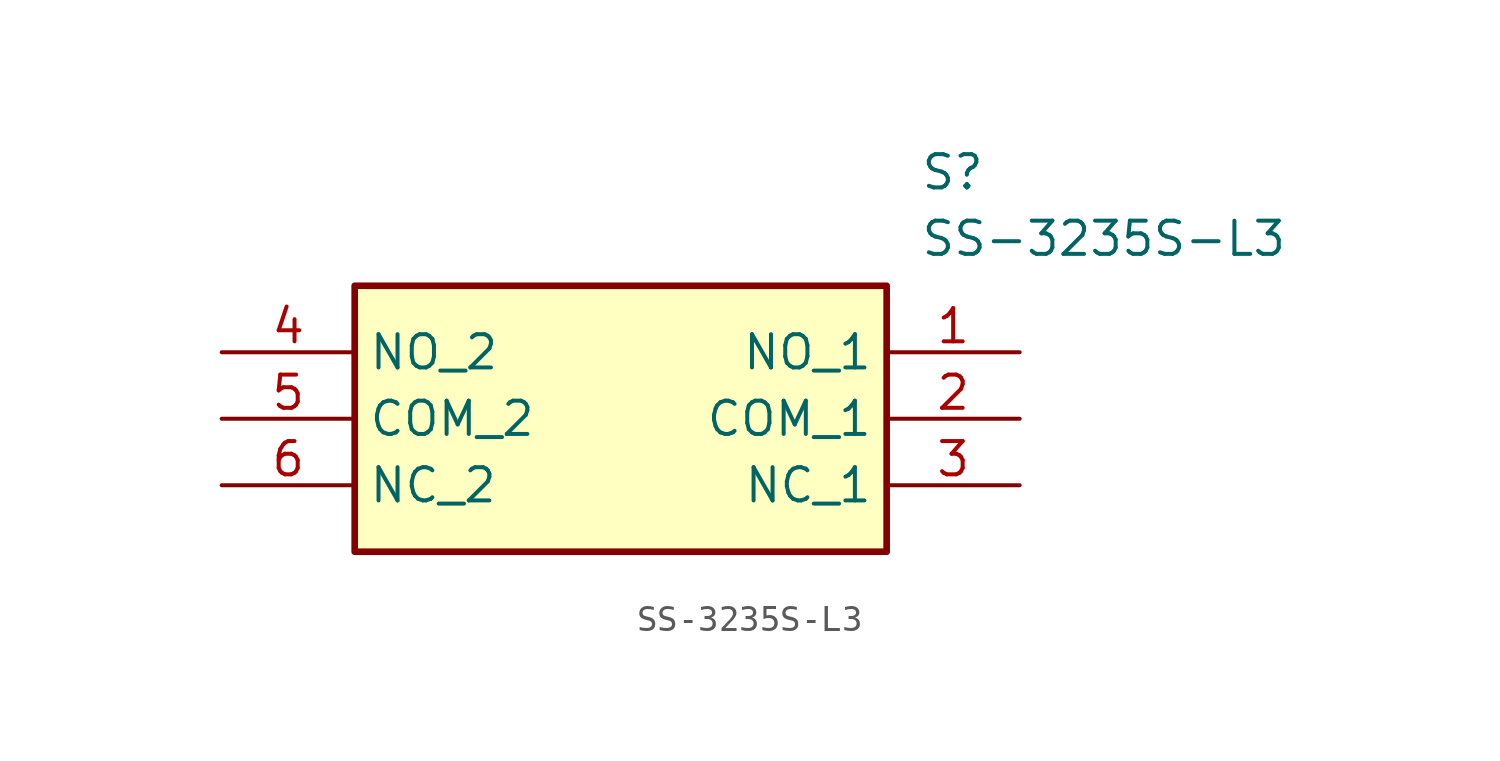
<source format=kicad_sym>
(kicad_symbol_lib
  (version 20211014)
  (generator SamacSys_ECAD_Model)
  (symbol "SS-3235S-L3"
    (property "Reference" "S"
      (at 26.67 7.62 0)
      (effects (font (size 1.27 1.27)) (justify left top)))
    (property "Value" "SS-3235S-L3"
      (at 26.67 5.08 0)
      (effects (font (size 1.27 1.27)) (justify left top)))
    (rectangle
      (start 5.08 2.54)
      (end 25.4 -7.62)
      (stroke (width 0.254) (type default))
      (fill (type background)))
    (pin passive line
      (at 30.48 0 180)
      (length 5.08)
      (name "NO_1" (effects (font (size 1.27 1.27))))
      (number "1" (effects (font (size 1.27 1.27)))))
    (pin passive line
      (at 30.48 -2.54 180)
      (length 5.08)
      (name "COM_1" (effects (font (size 1.27 1.27))))
      (number "2" (effects (font (size 1.27 1.27)))))
    (pin passive line
      (at 30.48 -5.08 180)
      (length 5.08)
      (name "NC_1" (effects (font (size 1.27 1.27))))
      (number "3" (effects (font (size 1.27 1.27)))))
    (pin passive line
      (at 0 0 0)
      (length 5.08)
      (name "NO_2" (effects (font (size 1.27 1.27))))
      (number "4" (effects (font (size 1.27 1.27)))))
    (pin passive line
      (at 0 -2.54 0)
      (length 5.08)
      (name "COM_2" (effects (font (size 1.27 1.27))))
      (number "5" (effects (font (size 1.27 1.27)))))
    (pin passive line
      (at 0 -5.08 0)
      (length 5.08)
      (name "NC_2" (effects (font (size 1.27 1.27))))
      (number "6" (effects (font (size 1.27 1.27)))))))
</source>
